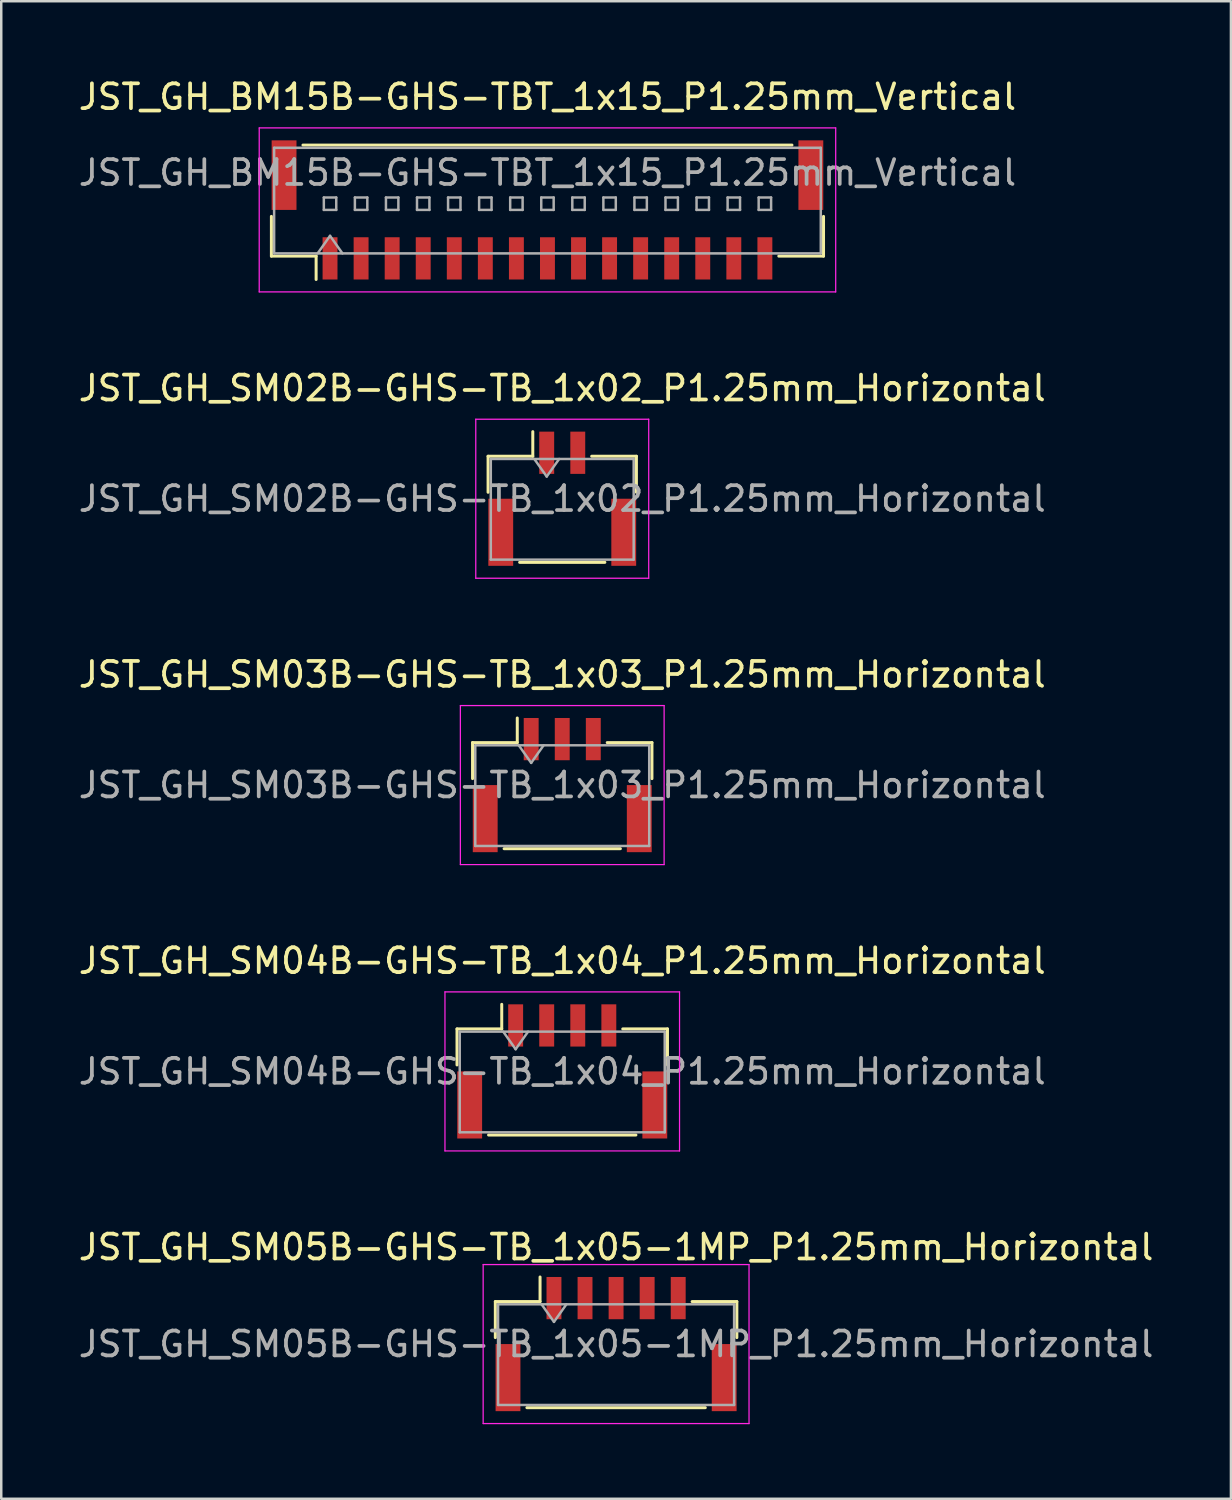
<source format=kicad_pcb>
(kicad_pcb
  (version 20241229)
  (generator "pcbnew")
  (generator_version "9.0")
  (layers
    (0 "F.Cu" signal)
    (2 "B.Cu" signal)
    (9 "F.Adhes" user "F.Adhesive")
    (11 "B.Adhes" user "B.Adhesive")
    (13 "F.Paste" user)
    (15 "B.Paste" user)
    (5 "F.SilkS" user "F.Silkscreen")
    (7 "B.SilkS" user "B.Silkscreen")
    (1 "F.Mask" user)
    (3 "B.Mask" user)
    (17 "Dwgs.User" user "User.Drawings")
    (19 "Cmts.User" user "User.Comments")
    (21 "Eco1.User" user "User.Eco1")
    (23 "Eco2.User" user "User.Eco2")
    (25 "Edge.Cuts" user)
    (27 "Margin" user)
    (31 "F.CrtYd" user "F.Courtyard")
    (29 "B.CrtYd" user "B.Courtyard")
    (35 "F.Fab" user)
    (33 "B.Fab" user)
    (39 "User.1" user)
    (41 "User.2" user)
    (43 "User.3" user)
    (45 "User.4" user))
  (footprint "JST_GH_BM15B-GHS-TBT_1x15_P1.25mm_Vertical"
    (layer "F.Cu")
    (at 18.982 5.398)
    (property "Reference" "JST_GH_BM15B-GHS-TBT_1x15_P1.25mm_Vertical" (at 0 -4.55 0) (layer "F.SilkS") (effects (font (size 1 1) (thickness 0.15))))
    (attr smd)
    (fp_line (start -11.11 0.26) (end -11.11 1.86) (stroke (width 0.12) (type solid)) (layer "F.SilkS"))
    (fp_line (start -11.11 1.86) (end -9.31 1.86) (stroke (width 0.12) (type solid)) (layer "F.SilkS"))
    (fp_line (start -9.84 -2.61) (end 9.84 -2.61) (stroke (width 0.12) (type solid)) (layer "F.SilkS"))
    (fp_line (start -9.31 1.86) (end -9.31 2.8) (stroke (width 0.12) (type solid)) (layer "F.SilkS"))
    (fp_line (start 11.11 0.26) (end 11.11 1.86) (stroke (width 0.12) (type solid)) (layer "F.SilkS"))
    (fp_line (start 11.11 1.86) (end 9.31 1.86) (stroke (width 0.12) (type solid)) (layer "F.SilkS"))
    (fp_line (start -11.6 -3.3) (end -11.6 3.3) (stroke (width 0.05) (type solid)) (layer "F.CrtYd"))
    (fp_line (start -11.6 3.3) (end 11.6 3.3) (stroke (width 0.05) (type solid)) (layer "F.CrtYd"))
    (fp_line (start 11.6 -3.3) (end -11.6 -3.3) (stroke (width 0.05) (type solid)) (layer "F.CrtYd"))
    (fp_line (start 11.6 3.3) (end 11.6 -3.3) (stroke (width 0.05) (type solid)) (layer "F.CrtYd"))
    (fp_line (start -11 -2.5) (end 11 -2.5) (stroke (width 0.1) (type solid)) (layer "F.Fab"))
    (fp_line (start -11 1.75) (end -11 -2.5) (stroke (width 0.1) (type solid)) (layer "F.Fab"))
    (fp_line (start -11 1.75) (end 11 1.75) (stroke (width 0.1) (type solid)) (layer "F.Fab"))
    (fp_line (start -9.25 1.75) (end -8.75 1.043) (stroke (width 0.1) (type solid)) (layer "F.Fab"))
    (fp_line (start -9 -0.5) (end -9 0) (stroke (width 0.1) (type solid)) (layer "F.Fab"))
    (fp_line (start -9 0) (end -8.5 0) (stroke (width 0.1) (type solid)) (layer "F.Fab"))
    (fp_line (start -8.75 1.043) (end -8.25 1.75) (stroke (width 0.1) (type solid)) (layer "F.Fab"))
    (fp_line (start -8.5 -0.5) (end -9 -0.5) (stroke (width 0.1) (type solid)) (layer "F.Fab"))
    (fp_line (start -8.5 0) (end -8.5 -0.5) (stroke (width 0.1) (type solid)) (layer "F.Fab"))
    (fp_line (start -7.75 -0.5) (end -7.75 0) (stroke (width 0.1) (type solid)) (layer "F.Fab"))
    (fp_line (start -7.75 0) (end -7.25 0) (stroke (width 0.1) (type solid)) (layer "F.Fab"))
    (fp_line (start -7.25 -0.5) (end -7.75 -0.5) (stroke (width 0.1) (type solid)) (layer "F.Fab"))
    (fp_line (start -7.25 0) (end -7.25 -0.5) (stroke (width 0.1) (type solid)) (layer "F.Fab"))
    (fp_line (start -6.5 -0.5) (end -6.5 0) (stroke (width 0.1) (type solid)) (layer "F.Fab"))
    (fp_line (start -6.5 0) (end -6 0) (stroke (width 0.1) (type solid)) (layer "F.Fab"))
    (fp_line (start -6 -0.5) (end -6.5 -0.5) (stroke (width 0.1) (type solid)) (layer "F.Fab"))
    (fp_line (start -6 0) (end -6 -0.5) (stroke (width 0.1) (type solid)) (layer "F.Fab"))
    (fp_line (start -5.25 -0.5) (end -5.25 0) (stroke (width 0.1) (type solid)) (layer "F.Fab"))
    (fp_line (start -5.25 0) (end -4.75 0) (stroke (width 0.1) (type solid)) (layer "F.Fab"))
    (fp_line (start -4.75 -0.5) (end -5.25 -0.5) (stroke (width 0.1) (type solid)) (layer "F.Fab"))
    (fp_line (start -4.75 0) (end -4.75 -0.5) (stroke (width 0.1) (type solid)) (layer "F.Fab"))
    (fp_line (start -4 -0.5) (end -4 0) (stroke (width 0.1) (type solid)) (layer "F.Fab"))
    (fp_line (start -4 0) (end -3.5 0) (stroke (width 0.1) (type solid)) (layer "F.Fab"))
    (fp_line (start -3.5 -0.5) (end -4 -0.5) (stroke (width 0.1) (type solid)) (layer "F.Fab"))
    (fp_line (start -3.5 0) (end -3.5 -0.5) (stroke (width 0.1) (type solid)) (layer "F.Fab"))
    (fp_line (start -2.75 -0.5) (end -2.75 0) (stroke (width 0.1) (type solid)) (layer "F.Fab"))
    (fp_line (start -2.75 0) (end -2.25 0) (stroke (width 0.1) (type solid)) (layer "F.Fab"))
    (fp_line (start -2.25 -0.5) (end -2.75 -0.5) (stroke (width 0.1) (type solid)) (layer "F.Fab"))
    (fp_line (start -2.25 0) (end -2.25 -0.5) (stroke (width 0.1) (type solid)) (layer "F.Fab"))
    (fp_line (start -1.5 -0.5) (end -1.5 0) (stroke (width 0.1) (type solid)) (layer "F.Fab"))
    (fp_line (start -1.5 0) (end -1 0) (stroke (width 0.1) (type solid)) (layer "F.Fab"))
    (fp_line (start -1 -0.5) (end -1.5 -0.5) (stroke (width 0.1) (type solid)) (layer "F.Fab"))
    (fp_line (start -1 0) (end -1 -0.5) (stroke (width 0.1) (type solid)) (layer "F.Fab"))
    (fp_line (start -0.25 -0.5) (end -0.25 0) (stroke (width 0.1) (type solid)) (layer "F.Fab"))
    (fp_line (start -0.25 0) (end 0.25 0) (stroke (width 0.1) (type solid)) (layer "F.Fab"))
    (fp_line (start 0.25 -0.5) (end -0.25 -0.5) (stroke (width 0.1) (type solid)) (layer "F.Fab"))
    (fp_line (start 0.25 0) (end 0.25 -0.5) (stroke (width 0.1) (type solid)) (layer "F.Fab"))
    (fp_line (start 1 -0.5) (end 1 0) (stroke (width 0.1) (type solid)) (layer "F.Fab"))
    (fp_line (start 1 0) (end 1.5 0) (stroke (width 0.1) (type solid)) (layer "F.Fab"))
    (fp_line (start 1.5 -0.5) (end 1 -0.5) (stroke (width 0.1) (type solid)) (layer "F.Fab"))
    (fp_line (start 1.5 0) (end 1.5 -0.5) (stroke (width 0.1) (type solid)) (layer "F.Fab"))
    (fp_line (start 2.25 -0.5) (end 2.25 0) (stroke (width 0.1) (type solid)) (layer "F.Fab"))
    (fp_line (start 2.25 0) (end 2.75 0) (stroke (width 0.1) (type solid)) (layer "F.Fab"))
    (fp_line (start 2.75 -0.5) (end 2.25 -0.5) (stroke (width 0.1) (type solid)) (layer "F.Fab"))
    (fp_line (start 2.75 0) (end 2.75 -0.5) (stroke (width 0.1) (type solid)) (layer "F.Fab"))
    (fp_line (start 3.5 -0.5) (end 3.5 0) (stroke (width 0.1) (type solid)) (layer "F.Fab"))
    (fp_line (start 3.5 0) (end 4 0) (stroke (width 0.1) (type solid)) (layer "F.Fab"))
    (fp_line (start 4 -0.5) (end 3.5 -0.5) (stroke (width 0.1) (type solid)) (layer "F.Fab"))
    (fp_line (start 4 0) (end 4 -0.5) (stroke (width 0.1) (type solid)) (layer "F.Fab"))
    (fp_line (start 4.75 -0.5) (end 4.75 0) (stroke (width 0.1) (type solid)) (layer "F.Fab"))
    (fp_line (start 4.75 0) (end 5.25 0) (stroke (width 0.1) (type solid)) (layer "F.Fab"))
    (fp_line (start 5.25 -0.5) (end 4.75 -0.5) (stroke (width 0.1) (type solid)) (layer "F.Fab"))
    (fp_line (start 5.25 0) (end 5.25 -0.5) (stroke (width 0.1) (type solid)) (layer "F.Fab"))
    (fp_line (start 6 -0.5) (end 6 0) (stroke (width 0.1) (type solid)) (layer "F.Fab"))
    (fp_line (start 6 0) (end 6.5 0) (stroke (width 0.1) (type solid)) (layer "F.Fab"))
    (fp_line (start 6.5 -0.5) (end 6 -0.5) (stroke (width 0.1) (type solid)) (layer "F.Fab"))
    (fp_line (start 6.5 0) (end 6.5 -0.5) (stroke (width 0.1) (type solid)) (layer "F.Fab"))
    (fp_line (start 7.25 -0.5) (end 7.25 0) (stroke (width 0.1) (type solid)) (layer "F.Fab"))
    (fp_line (start 7.25 0) (end 7.75 0) (stroke (width 0.1) (type solid)) (layer "F.Fab"))
    (fp_line (start 7.75 -0.5) (end 7.25 -0.5) (stroke (width 0.1) (type solid)) (layer "F.Fab"))
    (fp_line (start 7.75 0) (end 7.75 -0.5) (stroke (width 0.1) (type solid)) (layer "F.Fab"))
    (fp_line (start 8.5 -0.5) (end 8.5 0) (stroke (width 0.1) (type solid)) (layer "F.Fab"))
    (fp_line (start 8.5 0) (end 9 0) (stroke (width 0.1) (type solid)) (layer "F.Fab"))
    (fp_line (start 9 -0.5) (end 8.5 -0.5) (stroke (width 0.1) (type solid)) (layer "F.Fab"))
    (fp_line (start 9 0) (end 9 -0.5) (stroke (width 0.1) (type solid)) (layer "F.Fab"))
    (fp_line (start 11 1.75) (end 11 -2.5) (stroke (width 0.1) (type solid)) (layer "F.Fab"))
    (fp_text user "${REFERENCE}" (at 0 -1.5 0) (layer "F.Fab") (effects (font (size 1 1) (thickness 0.15))))
    (pad "" smd rect (at -10.6 -1.4) (size 1 2.8) (layers "F.Cu" "F.Mask" "F.Paste"))
    (pad "" smd rect (at 10.6 -1.4) (size 1 2.8) (layers "F.Cu" "F.Mask" "F.Paste"))
    (pad "1" smd rect (at -8.75 1.95) (size 0.6 1.7) (layers "F.Cu" "F.Mask" "F.Paste"))
    (pad "2" smd rect (at -7.5 1.95) (size 0.6 1.7) (layers "F.Cu" "F.Mask" "F.Paste"))
    (pad "3" smd rect (at -6.25 1.95) (size 0.6 1.7) (layers "F.Cu" "F.Mask" "F.Paste"))
    (pad "4" smd rect (at -5 1.95) (size 0.6 1.7) (layers "F.Cu" "F.Mask" "F.Paste"))
    (pad "5" smd rect (at -3.75 1.95) (size 0.6 1.7) (layers "F.Cu" "F.Mask" "F.Paste"))
    (pad "6" smd rect (at -2.5 1.95) (size 0.6 1.7) (layers "F.Cu" "F.Mask" "F.Paste"))
    (pad "7" smd rect (at -1.25 1.95) (size 0.6 1.7) (layers "F.Cu" "F.Mask" "F.Paste"))
    (pad "8" smd rect (at 0 1.95) (size 0.6 1.7) (layers "F.Cu" "F.Mask" "F.Paste"))
    (pad "9" smd rect (at 1.25 1.95) (size 0.6 1.7) (layers "F.Cu" "F.Mask" "F.Paste"))
    (pad "10" smd rect (at 2.5 1.95) (size 0.6 1.7) (layers "F.Cu" "F.Mask" "F.Paste"))
    (pad "11" smd rect (at 3.75 1.95) (size 0.6 1.7) (layers "F.Cu" "F.Mask" "F.Paste"))
    (pad "12" smd rect (at 5 1.95) (size 0.6 1.7) (layers "F.Cu" "F.Mask" "F.Paste"))
    (pad "13" smd rect (at 6.25 1.95) (size 0.6 1.7) (layers "F.Cu" "F.Mask" "F.Paste"))
    (pad "14" smd rect (at 7.5 1.95) (size 0.6 1.7) (layers "F.Cu" "F.Mask" "F.Paste"))
    (pad "15" smd rect (at 8.75 1.95) (size 0.6 1.7) (layers "F.Cu" "F.Mask" "F.Paste")))
  (footprint "JST_GH_SM02B-GHS-TB_1x02_P1.25mm_Horizontal"
    (layer "F.Cu")
    (at 19.577 17.021)
    (property "Reference" "JST_GH_SM02B-GHS-TB_1x02_P1.25mm_Horizontal" (at 0 -4.45 0) (layer "F.SilkS") (effects (font (size 1 1) (thickness 0.15))))
    (attr smd)
    (fp_line (start -2.985 -1.71) (end -1.185 -1.71) (stroke (width 0.12) (type solid)) (layer "F.SilkS"))
    (fp_line (start -2.985 -0.26) (end -2.985 -1.71) (stroke (width 0.12) (type solid)) (layer "F.SilkS"))
    (fp_line (start -1.715 2.56) (end 1.715 2.56) (stroke (width 0.12) (type solid)) (layer "F.SilkS"))
    (fp_line (start -1.185 -1.71) (end -1.185 -2.7) (stroke (width 0.12) (type solid)) (layer "F.SilkS"))
    (fp_line (start 2.985 -1.71) (end 1.185 -1.71) (stroke (width 0.12) (type solid)) (layer "F.SilkS"))
    (fp_line (start 2.985 -0.26) (end 2.985 -1.71) (stroke (width 0.12) (type solid)) (layer "F.SilkS"))
    (fp_line (start -3.48 -3.2) (end -3.48 3.2) (stroke (width 0.05) (type solid)) (layer "F.CrtYd"))
    (fp_line (start -3.48 3.2) (end 3.48 3.2) (stroke (width 0.05) (type solid)) (layer "F.CrtYd"))
    (fp_line (start 3.48 -3.2) (end -3.48 -3.2) (stroke (width 0.05) (type solid)) (layer "F.CrtYd"))
    (fp_line (start 3.48 3.2) (end 3.48 -3.2) (stroke (width 0.05) (type solid)) (layer "F.CrtYd"))
    (fp_line (start -2.875 -1.6) (end -2.875 2.45) (stroke (width 0.1) (type solid)) (layer "F.Fab"))
    (fp_line (start -2.875 -1.6) (end 2.875 -1.6) (stroke (width 0.1) (type solid)) (layer "F.Fab"))
    (fp_line (start -2.875 2.45) (end 2.875 2.45) (stroke (width 0.1) (type solid)) (layer "F.Fab"))
    (fp_line (start -1.125 -1.6) (end -0.625 -0.893) (stroke (width 0.1) (type solid)) (layer "F.Fab"))
    (fp_line (start -0.625 -0.893) (end -0.125 -1.6) (stroke (width 0.1) (type solid)) (layer "F.Fab"))
    (fp_line (start 2.875 -1.6) (end 2.875 2.45) (stroke (width 0.1) (type solid)) (layer "F.Fab"))
    (fp_text user "${REFERENCE}" (at 0 0 0) (layer "F.Fab") (effects (font (size 1 1) (thickness 0.15))))
    (pad "" smd rect (at -2.475 1.35) (size 1 2.7) (layers "F.Cu" "F.Mask" "F.Paste"))
    (pad "" smd rect (at 2.475 1.35) (size 1 2.7) (layers "F.Cu" "F.Mask" "F.Paste"))
    (pad "1" smd rect (at -0.625 -1.85) (size 0.6 1.7) (layers "F.Cu" "F.Mask" "F.Paste"))
    (pad "2" smd rect (at 0.625 -1.85) (size 0.6 1.7) (layers "F.Cu" "F.Mask" "F.Paste")))
  (footprint "JST_GH_SM03B-GHS-TB_1x03_P1.25mm_Horizontal"
    (layer "F.Cu")
    (at 19.577 28.545)
    (property "Reference" "JST_GH_SM03B-GHS-TB_1x03_P1.25mm_Horizontal" (at 0 -4.45 0) (layer "F.SilkS") (effects (font (size 1 1) (thickness 0.15))))
    (attr smd)
    (fp_line (start -3.61 -1.71) (end -1.81 -1.71) (stroke (width 0.12) (type solid)) (layer "F.SilkS"))
    (fp_line (start -3.61 -0.26) (end -3.61 -1.71) (stroke (width 0.12) (type solid)) (layer "F.SilkS"))
    (fp_line (start -2.34 2.56) (end 2.34 2.56) (stroke (width 0.12) (type solid)) (layer "F.SilkS"))
    (fp_line (start -1.81 -1.71) (end -1.81 -2.7) (stroke (width 0.12) (type solid)) (layer "F.SilkS"))
    (fp_line (start 3.61 -1.71) (end 1.81 -1.71) (stroke (width 0.12) (type solid)) (layer "F.SilkS"))
    (fp_line (start 3.61 -0.26) (end 3.61 -1.71) (stroke (width 0.12) (type solid)) (layer "F.SilkS"))
    (fp_line (start -4.1 -3.2) (end -4.1 3.2) (stroke (width 0.05) (type solid)) (layer "F.CrtYd"))
    (fp_line (start -4.1 3.2) (end 4.1 3.2) (stroke (width 0.05) (type solid)) (layer "F.CrtYd"))
    (fp_line (start 4.1 -3.2) (end -4.1 -3.2) (stroke (width 0.05) (type solid)) (layer "F.CrtYd"))
    (fp_line (start 4.1 3.2) (end 4.1 -3.2) (stroke (width 0.05) (type solid)) (layer "F.CrtYd"))
    (fp_line (start -3.5 -1.6) (end -3.5 2.45) (stroke (width 0.1) (type solid)) (layer "F.Fab"))
    (fp_line (start -3.5 -1.6) (end 3.5 -1.6) (stroke (width 0.1) (type solid)) (layer "F.Fab"))
    (fp_line (start -3.5 2.45) (end 3.5 2.45) (stroke (width 0.1) (type solid)) (layer "F.Fab"))
    (fp_line (start -1.75 -1.6) (end -1.25 -0.893) (stroke (width 0.1) (type solid)) (layer "F.Fab"))
    (fp_line (start -1.25 -0.893) (end -0.75 -1.6) (stroke (width 0.1) (type solid)) (layer "F.Fab"))
    (fp_line (start 3.5 -1.6) (end 3.5 2.45) (stroke (width 0.1) (type solid)) (layer "F.Fab"))
    (fp_text user "${REFERENCE}" (at 0 0 0) (layer "F.Fab") (effects (font (size 1 1) (thickness 0.15))))
    (pad "" smd rect (at -3.1 1.35) (size 1 2.7) (layers "F.Cu" "F.Mask" "F.Paste"))
    (pad "" smd rect (at 3.1 1.35) (size 1 2.7) (layers "F.Cu" "F.Mask" "F.Paste"))
    (pad "1" smd rect (at -1.25 -1.85) (size 0.6 1.7) (layers "F.Cu" "F.Mask" "F.Paste"))
    (pad "2" smd rect (at 0 -1.85) (size 0.6 1.7) (layers "F.Cu" "F.Mask" "F.Paste"))
    (pad "3" smd rect (at 1.25 -1.85) (size 0.6 1.7) (layers "F.Cu" "F.Mask" "F.Paste")))
  (footprint "JST_GH_SM05B-GHS-TB_1x05-1MP_P1.25mm_Horizontal"
    (layer "F.Cu")
    (at 21.744 51.041)
    (property "Reference" "JST_GH_SM05B-GHS-TB_1x05-1MP_P1.25mm_Horizontal" (at 0 -3.9 0) (layer "F.SilkS") (effects (font (size 1 1) (thickness 0.15))))
    (attr smd)
    (fp_line (start -4.86 -1.71) (end -3.06 -1.71) (stroke (width 0.12) (type solid)) (layer "F.SilkS"))
    (fp_line (start -4.86 -0.26) (end -4.86 -1.71) (stroke (width 0.12) (type solid)) (layer "F.SilkS"))
    (fp_line (start -3.59 2.56) (end 3.59 2.56) (stroke (width 0.12) (type solid)) (layer "F.SilkS"))
    (fp_line (start -3.06 -1.71) (end -3.06 -2.7) (stroke (width 0.12) (type solid)) (layer "F.SilkS"))
    (fp_line (start 4.86 -1.71) (end 3.06 -1.71) (stroke (width 0.12) (type solid)) (layer "F.SilkS"))
    (fp_line (start 4.86 -0.26) (end 4.86 -1.71) (stroke (width 0.12) (type solid)) (layer "F.SilkS"))
    (fp_line (start -5.35 -3.2) (end -5.35 3.2) (stroke (width 0.05) (type solid)) (layer "F.CrtYd"))
    (fp_line (start -5.35 3.2) (end 5.35 3.2) (stroke (width 0.05) (type solid)) (layer "F.CrtYd"))
    (fp_line (start 5.35 -3.2) (end -5.35 -3.2) (stroke (width 0.05) (type solid)) (layer "F.CrtYd"))
    (fp_line (start 5.35 3.2) (end 5.35 -3.2) (stroke (width 0.05) (type solid)) (layer "F.CrtYd"))
    (fp_line (start -4.75 -1.6) (end -4.75 2.45) (stroke (width 0.1) (type solid)) (layer "F.Fab"))
    (fp_line (start -4.75 -1.6) (end 4.75 -1.6) (stroke (width 0.1) (type solid)) (layer "F.Fab"))
    (fp_line (start -4.75 2.45) (end 4.75 2.45) (stroke (width 0.1) (type solid)) (layer "F.Fab"))
    (fp_line (start -3 -1.6) (end -2.5 -0.893) (stroke (width 0.1) (type solid)) (layer "F.Fab"))
    (fp_line (start -2.5 -0.893) (end -2 -1.6) (stroke (width 0.1) (type solid)) (layer "F.Fab"))
    (fp_line (start 4.75 -1.6) (end 4.75 2.45) (stroke (width 0.1) (type solid)) (layer "F.Fab"))
    (fp_text user "${REFERENCE}" (at 0 0 0) (layer "F.Fab") (effects (font (size 1 1) (thickness 0.15))))
    (pad "1" smd rect (at -2.5 -1.85) (size 0.6 1.7) (layers "F.Cu" "F.Mask" "F.Paste"))
    (pad "2" smd rect (at -1.25 -1.85) (size 0.6 1.7) (layers "F.Cu" "F.Mask" "F.Paste"))
    (pad "3" smd rect (at 0 -1.85) (size 0.6 1.7) (layers "F.Cu" "F.Mask" "F.Paste"))
    (pad "4" smd rect (at 1.25 -1.85) (size 0.6 1.7) (layers "F.Cu" "F.Mask" "F.Paste"))
    (pad "5" smd rect (at 2.5 -1.85) (size 0.6 1.7) (layers "F.Cu" "F.Mask" "F.Paste"))
    (pad "MP" smd rect (at -4.35 1.35) (size 1 2.7) (layers "F.Cu" "F.Mask" "F.Paste"))
    (pad "MP" smd rect (at 4.35 1.35) (size 1 2.7) (layers "F.Cu" "F.Mask" "F.Paste")))
  (footprint "JST_GH_SM04B-GHS-TB_1x04_P1.25mm_Horizontal"
    (layer "F.Cu")
    (at 19.577 40.068)
    (property "Reference" "JST_GH_SM04B-GHS-TB_1x04_P1.25mm_Horizontal" (at 0 -4.45 0) (layer "F.SilkS") (effects (font (size 1 1) (thickness 0.15))))
    (attr smd)
    (fp_line (start -4.235 -1.71) (end -2.435 -1.71) (stroke (width 0.12) (type solid)) (layer "F.SilkS"))
    (fp_line (start -4.235 -0.26) (end -4.235 -1.71) (stroke (width 0.12) (type solid)) (layer "F.SilkS"))
    (fp_line (start -2.965 2.56) (end 2.965 2.56) (stroke (width 0.12) (type solid)) (layer "F.SilkS"))
    (fp_line (start -2.435 -1.71) (end -2.435 -2.7) (stroke (width 0.12) (type solid)) (layer "F.SilkS"))
    (fp_line (start 4.235 -1.71) (end 2.435 -1.71) (stroke (width 0.12) (type solid)) (layer "F.SilkS"))
    (fp_line (start 4.235 -0.26) (end 4.235 -1.71) (stroke (width 0.12) (type solid)) (layer "F.SilkS"))
    (fp_line (start -4.72 -3.2) (end -4.72 3.2) (stroke (width 0.05) (type solid)) (layer "F.CrtYd"))
    (fp_line (start -4.72 3.2) (end 4.72 3.2) (stroke (width 0.05) (type solid)) (layer "F.CrtYd"))
    (fp_line (start 4.72 -3.2) (end -4.72 -3.2) (stroke (width 0.05) (type solid)) (layer "F.CrtYd"))
    (fp_line (start 4.72 3.2) (end 4.72 -3.2) (stroke (width 0.05) (type solid)) (layer "F.CrtYd"))
    (fp_line (start -4.125 -1.6) (end -4.125 2.45) (stroke (width 0.1) (type solid)) (layer "F.Fab"))
    (fp_line (start -4.125 -1.6) (end 4.125 -1.6) (stroke (width 0.1) (type solid)) (layer "F.Fab"))
    (fp_line (start -4.125 2.45) (end 4.125 2.45) (stroke (width 0.1) (type solid)) (layer "F.Fab"))
    (fp_line (start -2.375 -1.6) (end -1.875 -0.893) (stroke (width 0.1) (type solid)) (layer "F.Fab"))
    (fp_line (start -1.875 -0.893) (end -1.375 -1.6) (stroke (width 0.1) (type solid)) (layer "F.Fab"))
    (fp_line (start 4.125 -1.6) (end 4.125 2.45) (stroke (width 0.1) (type solid)) (layer "F.Fab"))
    (fp_text user "${REFERENCE}" (at 0 0 0) (layer "F.Fab") (effects (font (size 1 1) (thickness 0.15))))
    (pad "" smd rect (at -3.725 1.35) (size 1 2.7) (layers "F.Cu" "F.Mask" "F.Paste"))
    (pad "" smd rect (at 3.725 1.35) (size 1 2.7) (layers "F.Cu" "F.Mask" "F.Paste"))
    (pad "1" smd rect (at -1.875 -1.85) (size 0.6 1.7) (layers "F.Cu" "F.Mask" "F.Paste"))
    (pad "2" smd rect (at -0.625 -1.85) (size 0.6 1.7) (layers "F.Cu" "F.Mask" "F.Paste"))
    (pad "3" smd rect (at 0.625 -1.85) (size 0.6 1.7) (layers "F.Cu" "F.Mask" "F.Paste"))
    (pad "4" smd rect (at 1.875 -1.85) (size 0.6 1.7) (layers "F.Cu" "F.Mask" "F.Paste")))
  (gr_rect
    (start -3 -3)
    (end 46.488 57.266)
    (stroke (width 0.1) (type default))
    (fill no)
    (layer "Edge.Cuts")))
</source>
